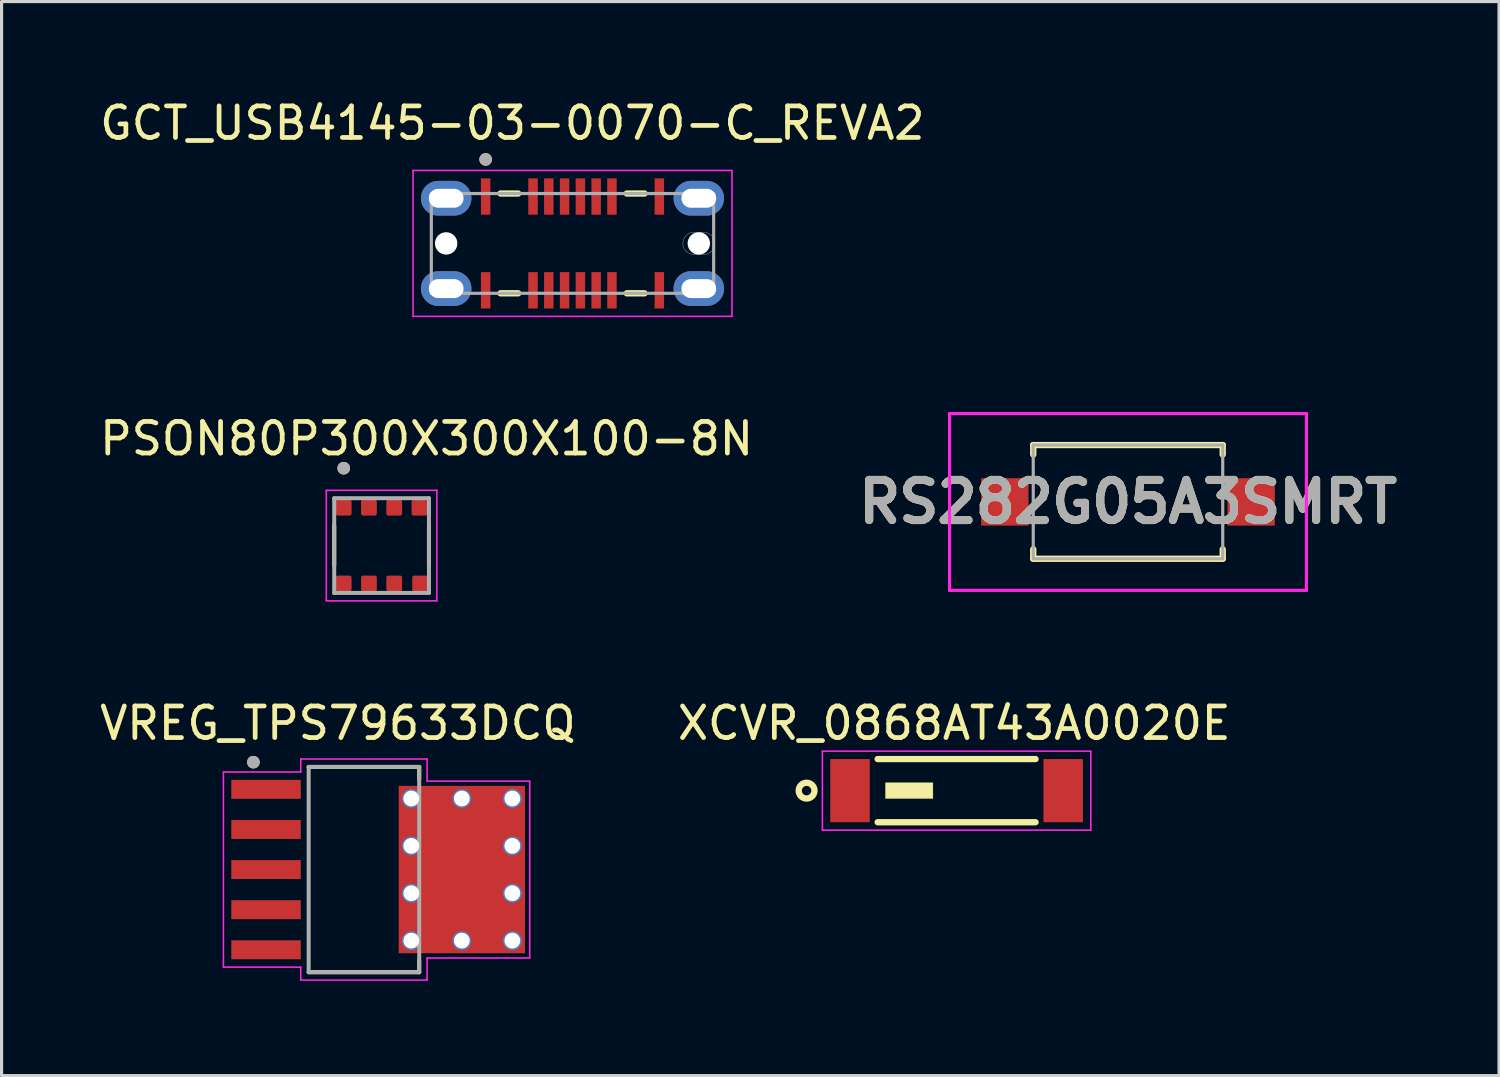
<source format=kicad_pcb>
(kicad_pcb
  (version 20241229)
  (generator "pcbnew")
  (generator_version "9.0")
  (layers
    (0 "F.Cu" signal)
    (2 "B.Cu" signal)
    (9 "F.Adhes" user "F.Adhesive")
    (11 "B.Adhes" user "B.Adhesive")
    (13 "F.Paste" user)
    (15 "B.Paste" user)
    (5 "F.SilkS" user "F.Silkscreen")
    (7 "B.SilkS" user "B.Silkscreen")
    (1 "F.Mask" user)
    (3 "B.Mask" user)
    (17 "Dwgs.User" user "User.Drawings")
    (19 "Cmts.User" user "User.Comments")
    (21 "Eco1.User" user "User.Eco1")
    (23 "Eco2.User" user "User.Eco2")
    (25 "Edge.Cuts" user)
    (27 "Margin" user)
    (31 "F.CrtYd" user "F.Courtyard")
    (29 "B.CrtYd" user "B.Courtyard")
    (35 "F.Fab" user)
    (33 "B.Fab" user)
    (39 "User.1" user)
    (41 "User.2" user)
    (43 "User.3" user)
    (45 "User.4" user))
  (footprint "GCT_USB4145-03-0070-C_REVA2"
    (layer "F.Cu")
    (at 15.078 4.658)
    (property "Reference" "GCT_USB4145-03-0070-C_REVA2" (at -1.905 -3.81 0) (layer "F.SilkS") (effects (font (size 1 1) (thickness 0.15))))
    (attr smd)
    (fp_line (start -2.28 -1.58) (end -1.72 -1.58) (stroke (width 0.2) (type solid)) (layer "F.SilkS"))
    (fp_line (start -2.28 1.58) (end -1.72 1.58) (stroke (width 0.2) (type solid)) (layer "F.SilkS"))
    (fp_line (start 1.72 -1.58) (end 2.28 -1.58) (stroke (width 0.2) (type solid)) (layer "F.SilkS"))
    (fp_line (start 1.72 1.58) (end 2.28 1.58) (stroke (width 0.2) (type solid)) (layer "F.SilkS"))
    (fp_circle (center -2.75 -2.66) (end -2.65 -2.66) (stroke (width 0.2) (type solid)) (fill no) (layer "F.SilkS"))
    (fp_line (start 3.85 -0.355) (end 4.15 -0.355) (stroke (width 0.01) (type solid)) (layer "Edge.Cuts"))
    (fp_line (start 4.15 0.355) (end 3.85 0.355) (stroke (width 0.01) (type solid)) (layer "Edge.Cuts"))
    (fp_arc (start 3.495 0) (mid 3.598977 -0.251023) (end 3.85 -0.355) (stroke (width 0.01) (type solid)) (layer "Edge.Cuts"))
    (fp_arc (start 3.85 0.355) (mid 3.598977 0.251023) (end 3.495 0) (stroke (width 0.01) (type solid)) (layer "Edge.Cuts"))
    (fp_arc (start 4.15 -0.355) (mid 4.401023 -0.251023) (end 4.505 0) (stroke (width 0.01) (type solid)) (layer "Edge.Cuts"))
    (fp_arc (start 4.505 0) (mid 4.401023 0.251023) (end 4.15 0.355) (stroke (width 0.01) (type solid)) (layer "Edge.Cuts"))
    (fp_line (start -5.05 -2.31) (end -5.05 2.31) (stroke (width 0.05) (type solid)) (layer "F.CrtYd"))
    (fp_line (start -5.05 2.31) (end 5.05 2.31) (stroke (width 0.05) (type solid)) (layer "F.CrtYd"))
    (fp_line (start 5.05 -2.31) (end -5.05 -2.31) (stroke (width 0.05) (type solid)) (layer "F.CrtYd"))
    (fp_line (start 5.05 2.31) (end 5.05 -2.31) (stroke (width 0.05) (type solid)) (layer "F.CrtYd"))
    (fp_line (start -4.47 -1.58) (end 4.47 -1.58) (stroke (width 0.1) (type solid)) (layer "F.Fab"))
    (fp_line (start -4.47 1.58) (end -4.47 -1.58) (stroke (width 0.1) (type solid)) (layer "F.Fab"))
    (fp_line (start 4.47 -1.58) (end 4.47 1.58) (stroke (width 0.1) (type solid)) (layer "F.Fab"))
    (fp_line (start 4.47 1.58) (end -4.47 1.58) (stroke (width 0.1) (type solid)) (layer "F.Fab"))
    (fp_circle (center -2.75 -2.66) (end -2.65 -2.66) (stroke (width 0.2) (type solid)) (fill no) (layer "F.Fab"))
    (pad "" np_thru_hole circle (at -4 0) (size 0.71 0.71) (drill 0.71) (layers "*.Cu" "*.Mask"))
    (pad "" np_thru_hole circle (at 4 0) (size 0.71 0.71) (drill 0.71) (layers "*.Cu" "*.Mask"))
    (pad "A1" smd rect (at -2.75 -1.485) (size 0.3 1.15) (layers "F.Cu" "F.Mask" "F.Paste"))
    (pad "A4" smd rect (at -1.25 -1.485) (size 0.3 1.15) (layers "F.Cu" "F.Mask" "F.Paste"))
    (pad "A5" smd rect (at -0.75 -1.485) (size 0.3 1.15) (layers "F.Cu" "F.Mask" "F.Paste"))
    (pad "A6" smd rect (at -0.25 -1.485) (size 0.3 1.15) (layers "F.Cu" "F.Mask" "F.Paste"))
    (pad "A7" smd rect (at 0.25 -1.485) (size 0.3 1.15) (layers "F.Cu" "F.Mask" "F.Paste"))
    (pad "A8" smd rect (at 0.75 -1.485) (size 0.3 1.15) (layers "F.Cu" "F.Mask" "F.Paste"))
    (pad "A9" smd rect (at 1.25 -1.485) (size 0.3 1.15) (layers "F.Cu" "F.Mask" "F.Paste"))
    (pad "A12" smd rect (at 2.75 -1.485) (size 0.3 1.15) (layers "F.Cu" "F.Mask" "F.Paste"))
    (pad "B1" smd rect (at 2.75 1.485) (size 0.3 1.15) (layers "F.Cu" "F.Mask" "F.Paste"))
    (pad "B4" smd rect (at 1.25 1.485) (size 0.3 1.15) (layers "F.Cu" "F.Mask" "F.Paste"))
    (pad "B5" smd rect (at 0.75 1.485) (size 0.3 1.15) (layers "F.Cu" "F.Mask" "F.Paste"))
    (pad "B6" smd rect (at 0.25 1.485) (size 0.3 1.15) (layers "F.Cu" "F.Mask" "F.Paste"))
    (pad "B7" smd rect (at -0.25 1.485) (size 0.3 1.15) (layers "F.Cu" "F.Mask" "F.Paste"))
    (pad "B8" smd rect (at -0.75 1.485) (size 0.3 1.15) (layers "F.Cu" "F.Mask" "F.Paste"))
    (pad "B9" smd rect (at -1.25 1.485) (size 0.3 1.15) (layers "F.Cu" "F.Mask" "F.Paste"))
    (pad "B12" smd rect (at -2.75 1.485) (size 0.3 1.15) (layers "F.Cu" "F.Mask" "F.Paste"))
    (pad "S1" thru_hole oval (at -4 -1.43) (size 1.6 1.1) (drill oval 1.1 0.6) (layers "*.Cu" "*.Mask"))
    (pad "S2" thru_hole oval (at 4 -1.43) (size 1.6 1.1) (drill oval 1.1 0.6) (layers "*.Cu" "*.Mask"))
    (pad "S3" thru_hole oval (at -4 1.43) (size 1.6 1.1) (drill oval 1.1 0.6) (layers "*.Cu" "*.Mask"))
    (pad "S4" thru_hole oval (at 4 1.43) (size 1.6 1.1) (drill oval 1.1 0.6) (layers "*.Cu" "*.Mask")))
  (footprint "PSON80P300X300X100-8N"
    (layer "F.Cu")
    (at 9.033 14.226)
    (property "Reference" "PSON80P300X300X100-8N" (at 1.425 -3.385 0) (layer "F.SilkS") (effects (font (size 1 1) (thickness 0.15))))
    (attr smd)
    (fp_line (start -1.5 -0.63) (end -1.5 0.63) (stroke (width 0.127) (type solid)) (layer "F.SilkS"))
    (fp_line (start 1.5 -0.63) (end 1.5 0.63) (stroke (width 0.127) (type solid)) (layer "F.SilkS"))
    (fp_circle (center -1.2 -2.45) (end -1.1 -2.45) (stroke (width 0.2) (type solid)) (fill no) (layer "F.SilkS"))
    (fp_line (start -1.75 -1.75) (end -1.75 1.75) (stroke (width 0.05) (type solid)) (layer "F.CrtYd"))
    (fp_line (start -1.75 1.75) (end 1.75 1.75) (stroke (width 0.05) (type solid)) (layer "F.CrtYd"))
    (fp_line (start 1.75 -1.75) (end -1.75 -1.75) (stroke (width 0.05) (type solid)) (layer "F.CrtYd"))
    (fp_line (start 1.75 1.75) (end 1.75 -1.75) (stroke (width 0.05) (type solid)) (layer "F.CrtYd"))
    (fp_line (start -1.5 -1.5) (end -1.5 1.5) (stroke (width 0.127) (type solid)) (layer "F.Fab"))
    (fp_line (start -1.5 1.5) (end 1.5 1.5) (stroke (width 0.127) (type solid)) (layer "F.Fab"))
    (fp_line (start 1.5 -1.5) (end -1.5 -1.5) (stroke (width 0.127) (type solid)) (layer "F.Fab"))
    (fp_line (start 1.5 1.5) (end 1.5 -1.5) (stroke (width 0.127) (type solid)) (layer "F.Fab"))
    (fp_circle (center -1.2 -2.45) (end -1.1 -2.45) (stroke (width 0.2) (type solid)) (fill no) (layer "F.Fab"))
    (pad "1" smd roundrect (at -1.2 -1.2) (size 0.5 0.5) (layers "F.Cu" "F.Mask" "F.Paste") (roundrect_rratio 0.125))
    (pad "2" smd roundrect (at -0.4 -1.2) (size 0.5 0.5) (layers "F.Cu" "F.Mask" "F.Paste") (roundrect_rratio 0.125))
    (pad "3" smd roundrect (at 0.4 -1.2) (size 0.5 0.5) (layers "F.Cu" "F.Mask" "F.Paste") (roundrect_rratio 0.125))
    (pad "4" smd roundrect (at 1.2 -1.2) (size 0.5 0.5) (layers "F.Cu" "F.Mask" "F.Paste") (roundrect_rratio 0.125))
    (pad "5" smd roundrect (at 1.22 1.2) (size 0.5 0.5) (layers "F.Cu" "F.Mask" "F.Paste") (roundrect_rratio 0.125))
    (pad "6" smd roundrect (at 0.4 1.2) (size 0.5 0.5) (layers "F.Cu" "F.Mask" "F.Paste") (roundrect_rratio 0.125))
    (pad "7" smd roundrect (at -0.4 1.2) (size 0.5 0.5) (layers "F.Cu" "F.Mask" "F.Paste") (roundrect_rratio 0.125))
    (pad "8" smd roundrect (at -1.2 1.2) (size 0.5 0.5) (layers "F.Cu" "F.Mask" "F.Paste") (roundrect_rratio 0.125)))
  (footprint "VREG_TPS79633DCQ"
    (layer "F.Cu")
    (at 8.474 24.485)
    (property "Reference" "VREG_TPS79633DCQ" (at -0.825 -4.635 0) (layer "F.SilkS") (effects (font (size 1 1) (thickness 0.15))))
    (attr through_hole)
    (fp_poly (pts (xy -4.27 -2.91) (xy -1.93 -2.91) (xy -1.93 -2.17) (xy -4.27 -2.17)) (stroke (width 0.01) (type solid)) (fill yes) (layer "F.Mask"))
    (fp_poly (pts (xy -4.27 -1.64) (xy -1.93 -1.64) (xy -1.93 -0.9) (xy -4.27 -0.9)) (stroke (width 0.01) (type solid)) (fill yes) (layer "F.Mask"))
    (fp_poly (pts (xy -4.27 -0.37) (xy -1.93 -0.37) (xy -1.93 0.37) (xy -4.27 0.37)) (stroke (width 0.01) (type solid)) (fill yes) (layer "F.Mask"))
    (fp_poly (pts (xy -4.27 0.9) (xy -1.93 0.9) (xy -1.93 1.64) (xy -4.27 1.64)) (stroke (width 0.01) (type solid)) (fill yes) (layer "F.Mask"))
    (fp_poly (pts (xy -4.27 2.17) (xy -1.93 2.17) (xy -1.93 2.91) (xy -4.27 2.91)) (stroke (width 0.01) (type solid)) (fill yes) (layer "F.Mask"))
    (fp_poly (pts (xy 2 -1.75) (xy 4.2 -1.75) (xy 4.2 1.75) (xy 2 1.75)) (stroke (width 0.01) (type solid)) (fill yes) (layer "F.Mask"))
    (fp_line (start -1.75 -3.25) (end 1.75 -3.25) (stroke (width 0.127) (type solid)) (layer "F.SilkS"))
    (fp_line (start 1.75 -3.25) (end 1.75 -2.87) (stroke (width 0.127) (type solid)) (layer "F.SilkS"))
    (fp_line (start 1.75 2.87) (end 1.75 3.25) (stroke (width 0.127) (type solid)) (layer "F.SilkS"))
    (fp_line (start 1.75 3.25) (end -1.75 3.25) (stroke (width 0.127) (type solid)) (layer "F.SilkS"))
    (fp_circle (center -3.5 -3.4) (end -3.4 -3.4) (stroke (width 0.2) (type solid)) (fill no) (layer "F.SilkS"))
    (fp_poly (pts (xy -4.175 -2.815) (xy -2.025 -2.815) (xy -2.025 -2.265) (xy -4.175 -2.265)) (stroke (width 0.01) (type solid)) (fill yes) (layer "F.Paste"))
    (fp_poly (pts (xy -4.175 -1.545) (xy -2.025 -1.545) (xy -2.025 -0.995) (xy -4.175 -0.995)) (stroke (width 0.01) (type solid)) (fill yes) (layer "F.Paste"))
    (fp_poly (pts (xy -4.175 -0.275) (xy -2.025 -0.275) (xy -2.025 0.275) (xy -4.175 0.275)) (stroke (width 0.01) (type solid)) (fill yes) (layer "F.Paste"))
    (fp_poly (pts (xy -4.175 0.995) (xy -2.025 0.995) (xy -2.025 1.545) (xy -4.175 1.545)) (stroke (width 0.01) (type solid)) (fill yes) (layer "F.Paste"))
    (fp_poly (pts (xy -4.175 2.265) (xy -2.025 2.265) (xy -2.025 2.815) (xy -4.175 2.815)) (stroke (width 0.01) (type solid)) (fill yes) (layer "F.Paste"))
    (fp_poly (pts (xy 2.025 -1.725) (xy 4.175 -1.725) (xy 4.175 1.725) (xy 2.025 1.725)) (stroke (width 0.01) (type solid)) (fill yes) (layer "F.Paste"))
    (fp_line (start -4.45 -3.09) (end -2 -3.09) (stroke (width 0.05) (type solid)) (layer "F.CrtYd"))
    (fp_line (start -4.45 3.09) (end -4.45 -3.09) (stroke (width 0.05) (type solid)) (layer "F.CrtYd"))
    (fp_line (start -2 -3.5) (end 2 -3.5) (stroke (width 0.05) (type solid)) (layer "F.CrtYd"))
    (fp_line (start -2 -3.09) (end -2 -3.5) (stroke (width 0.05) (type solid)) (layer "F.CrtYd"))
    (fp_line (start -2 3.09) (end -4.45 3.09) (stroke (width 0.05) (type solid)) (layer "F.CrtYd"))
    (fp_line (start -2 3.5) (end -2 3.09) (stroke (width 0.05) (type solid)) (layer "F.CrtYd"))
    (fp_line (start 2 -3.5) (end 2 -2.8) (stroke (width 0.05) (type solid)) (layer "F.CrtYd"))
    (fp_line (start 2 -2.8) (end 5.25 -2.8) (stroke (width 0.05) (type solid)) (layer "F.CrtYd"))
    (fp_line (start 2 2.8) (end 2 3.5) (stroke (width 0.05) (type solid)) (layer "F.CrtYd"))
    (fp_line (start 2 3.5) (end -2 3.5) (stroke (width 0.05) (type solid)) (layer "F.CrtYd"))
    (fp_line (start 5.25 -2.8) (end 5.25 2.8) (stroke (width 0.05) (type solid)) (layer "F.CrtYd"))
    (fp_line (start 5.25 2.8) (end 2 2.8) (stroke (width 0.05) (type solid)) (layer "F.CrtYd"))
    (fp_line (start -1.75 -3.25) (end -1.75 3.25) (stroke (width 0.127) (type solid)) (layer "F.Fab"))
    (fp_line (start -1.75 3.25) (end 1.75 3.25) (stroke (width 0.127) (type solid)) (layer "F.Fab"))
    (fp_line (start 1.75 -3.25) (end -1.75 -3.25) (stroke (width 0.127) (type solid)) (layer "F.Fab"))
    (fp_line (start 1.75 3.25) (end 1.75 -3.25) (stroke (width 0.127) (type solid)) (layer "F.Fab"))
    (fp_circle (center -3.5 -3.4) (end -3.4 -3.4) (stroke (width 0.2) (type solid)) (fill no) (layer "F.Fab"))
    (pad "1" smd rect (at -3.1 -2.54) (size 2.2 0.6) (layers "F.Cu"))
    (pad "2" smd rect (at -3.1 -1.27) (size 2.2 0.6) (layers "F.Cu"))
    (pad "3" smd rect (at -3.1 0) (size 2.2 0.6) (layers "F.Cu"))
    (pad "4" smd rect (at -3.1 1.27) (size 2.2 0.6) (layers "F.Cu"))
    (pad "5" smd rect (at -3.1 2.54) (size 2.2 0.6) (layers "F.Cu"))
    (pad "6" smd rect (at 3.1 0) (size 4 5.3) (layers "F.Cu"))
    (pad "7" thru_hole circle (at 4.7 2.25) (size 0.6 0.6) (drill 0.5) (layers "*.Cu"))
    (pad "8" thru_hole circle (at 4.7 0.75) (size 0.6 0.6) (drill 0.5) (layers "*.Cu"))
    (pad "9" thru_hole circle (at 4.7 -0.75) (size 0.6 0.6) (drill 0.5) (layers "*.Cu"))
    (pad "10" thru_hole circle (at 4.7 -2.25) (size 0.6 0.6) (drill 0.5) (layers "*.Cu"))
    (pad "11" thru_hole circle (at 3.1 2.25) (size 0.6 0.6) (drill 0.5) (layers "*.Cu"))
    (pad "12" thru_hole circle (at 3.1 -2.25) (size 0.6 0.6) (drill 0.5) (layers "*.Cu"))
    (pad "13" thru_hole circle (at 1.5 2.25) (size 0.6 0.6) (drill 0.5) (layers "*.Cu"))
    (pad "14" thru_hole circle (at 1.5 0.75) (size 0.6 0.6) (drill 0.5) (layers "*.Cu"))
    (pad "15" thru_hole circle (at 1.5 -0.75) (size 0.6 0.6) (drill 0.5) (layers "*.Cu"))
    (pad "16" thru_hole circle (at 1.5 -2.25) (size 0.6 0.6) (drill 0.5) (layers "*.Cu")))
  (footprint "RS282G05A3SMRT"
    (layer "F.Cu")
    (at 32.668 12.843)
    (property "Reference" "RS282G05A3SMRT" (at 0 0 0) (layer "F.SilkS") (effects (font (size 1.27 1.27) (thickness 0.254))))
    (attr smd)
    (fp_line (start -3 -1.8) (end 3 -1.8) (stroke (width 0.2) (type solid)) (layer "F.SilkS"))
    (fp_line (start -3 -1.5) (end -3 -1.8) (stroke (width 0.2) (type solid)) (layer "F.SilkS"))
    (fp_line (start -3 1.5) (end -3 1.8) (stroke (width 0.2) (type solid)) (layer "F.SilkS"))
    (fp_line (start -3 1.8) (end 3 1.8) (stroke (width 0.2) (type solid)) (layer "F.SilkS"))
    (fp_line (start 3 -1.8) (end 3 -1.5) (stroke (width 0.2) (type solid)) (layer "F.SilkS"))
    (fp_line (start 3 1.8) (end 3 1.5) (stroke (width 0.2) (type solid)) (layer "F.SilkS"))
    (fp_line (start -5.65 -2.8) (end 5.65 -2.8) (stroke (width 0.1) (type solid)) (layer "F.CrtYd"))
    (fp_line (start -5.65 2.8) (end -5.65 -2.8) (stroke (width 0.1) (type solid)) (layer "F.CrtYd"))
    (fp_line (start 5.65 -2.8) (end 5.65 2.8) (stroke (width 0.1) (type solid)) (layer "F.CrtYd"))
    (fp_line (start 5.65 2.8) (end -5.65 2.8) (stroke (width 0.1) (type solid)) (layer "F.CrtYd"))
    (fp_line (start -3 -1.8) (end 3 -1.8) (stroke (width 0.1) (type solid)) (layer "F.Fab"))
    (fp_line (start -3 1.8) (end -3 -1.8) (stroke (width 0.1) (type solid)) (layer "F.Fab"))
    (fp_line (start 3 -1.8) (end 3 1.8) (stroke (width 0.1) (type solid)) (layer "F.Fab"))
    (fp_line (start 3 1.8) (end -3 1.8) (stroke (width 0.1) (type solid)) (layer "F.Fab"))
    (fp_text user "${REFERENCE}" (at 0 0 0) (layer "F.Fab") (effects (font (size 1.27 1.27) (thickness 0.254))))
    (pad "P1" smd rect (at -3.9 0 90) (size 1.5 1.5) (layers "F.Cu" "F.Mask" "F.Paste"))
    (pad "T1" smd rect (at 3.9 0 90) (size 1.5 1.5) (layers "F.Cu" "F.Mask" "F.Paste")))
  (footprint "XCVR_0868AT43A0020E"
    (layer "F.Cu")
    (at 27.241 21.986)
    (property "Reference" "XCVR_0868AT43A0020E" (at -0.075 -2.136 0) (layer "F.SilkS") (effects (font (size 1.001 1.001) (thickness 0.15))))
    (attr smd)
    (fp_line (start -2.5 -1) (end 2.5 -1) (stroke (width 0.2) (type solid)) (layer "F.SilkS"))
    (fp_line (start -2.5 1) (end 2.5 1) (stroke (width 0.2) (type solid)) (layer "F.SilkS"))
    (fp_circle (center -4.75 0) (end -4.5 0) (stroke (width 0.2) (type solid)) (fill no) (layer "F.SilkS"))
    (fp_poly (pts (xy -2.252 -0.25) (xy -0.75 -0.25) (xy -0.75 0.25) (xy -2.252 0.25)) (stroke (width 0.01) (type solid)) (fill yes) (layer "F.SilkS"))
    (fp_line (start -4.25 -1.25) (end 4.25 -1.25) (stroke (width 0.05) (type solid)) (layer "F.CrtYd"))
    (fp_line (start -4.25 1.25) (end -4.25 -1.25) (stroke (width 0.05) (type solid)) (layer "F.CrtYd"))
    (fp_line (start 4.25 -1.25) (end 4.25 1.25) (stroke (width 0.05) (type solid)) (layer "F.CrtYd"))
    (fp_line (start 4.25 1.25) (end -4.25 1.25) (stroke (width 0.05) (type solid)) (layer "F.CrtYd"))
    (pad "1" smd rect (at -3.375 0) (size 1.25 2) (layers "F.Cu" "F.Mask" "F.Paste"))
    (pad "2" smd rect (at 3.375 0) (size 1.25 2) (layers "F.Cu" "F.Mask" "F.Paste")))
  (gr_rect
    (start -3 -3)
    (end 44.418 31.01)
    (stroke (width 0.1) (type default))
    (fill no)
    (layer "Edge.Cuts")))
</source>
